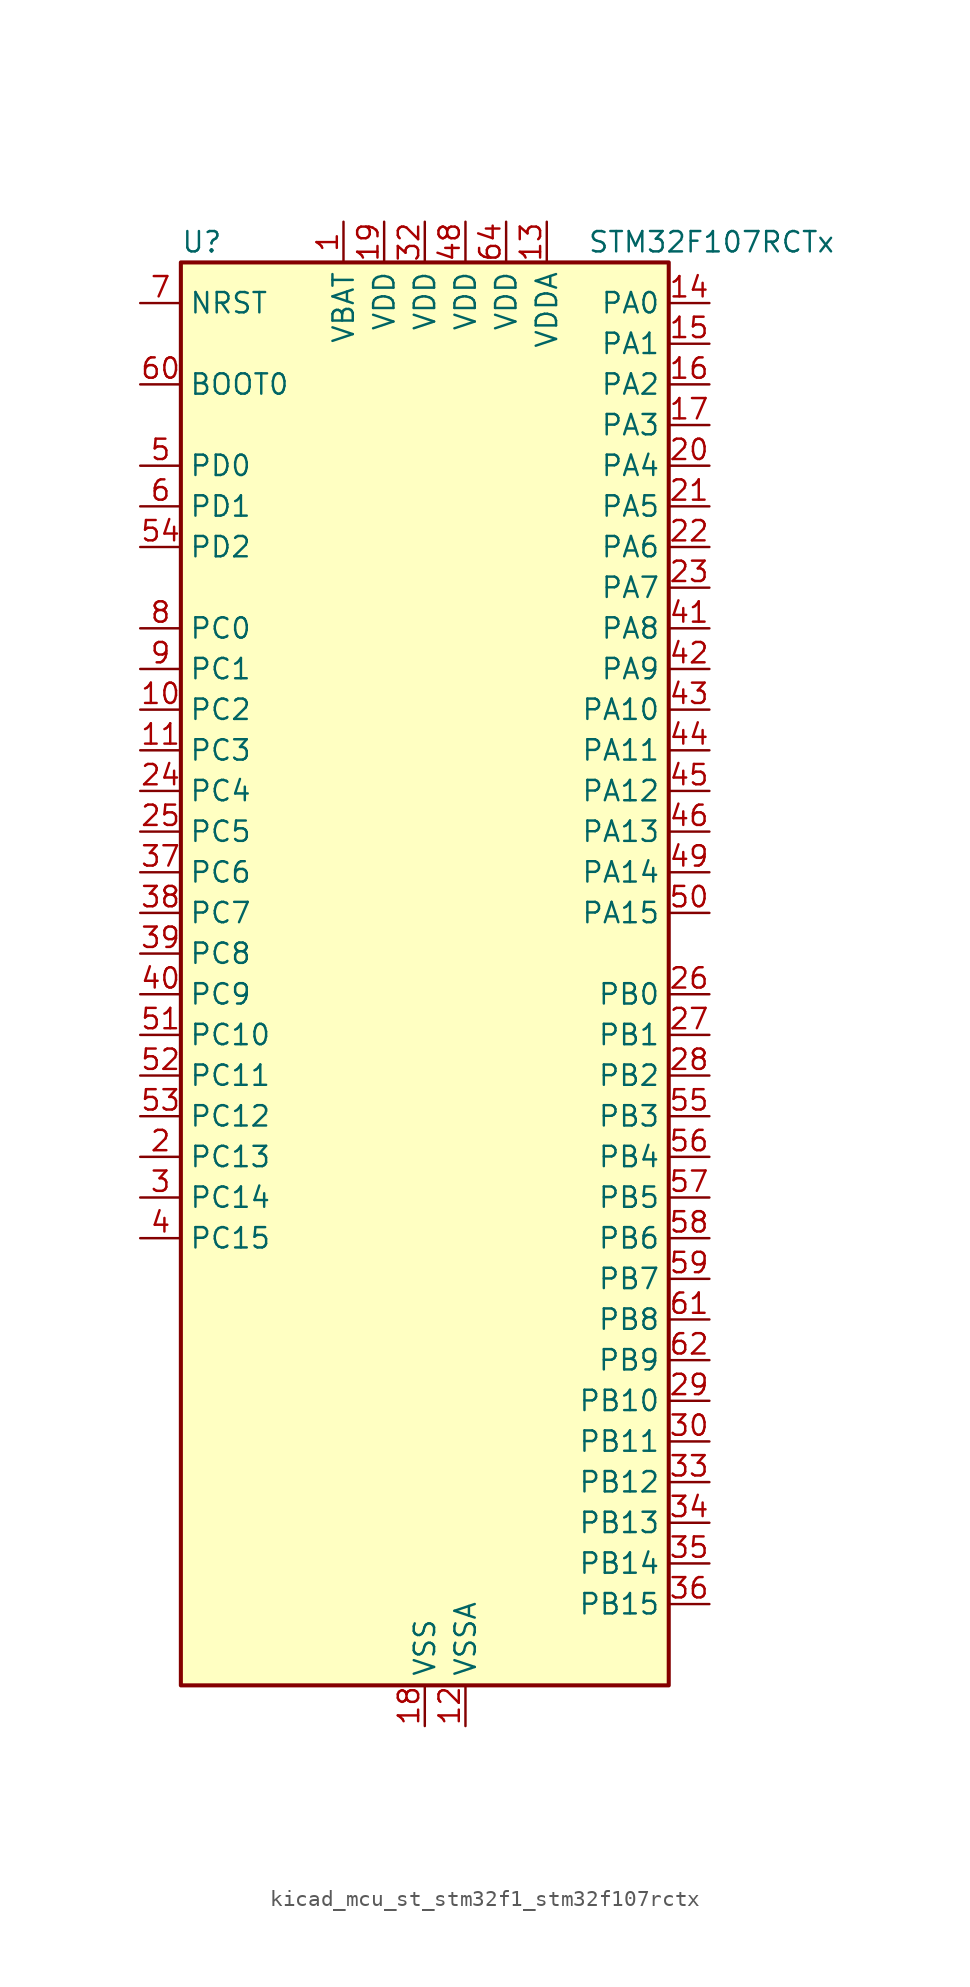
<source format=kicad_sym>
(kicad_symbol_lib
  (version 20220914)
  (generator kicad_symbol_editor)
  (symbol "kicad_mcu_st_stm32f1_stm32f107rctx"
    (property "Reference" "U"
      (at -15.24 46.99 0)
      (effects (font (size 1.27 1.27)) (justify left)))
    (property "Value" "STM32F107RCTx"
      (at 10.16 46.99 0)
      (effects (font (size 1.27 1.27)) (justify left)))
    (property "ki_locked" ""
      (at 0 0 0)
      (effects (font (size 1.27 1.27))))
    (symbol "kicad_mcu_st_stm32f1_stm32f107rctx_0_1"
      (rectangle (start -15.24 -43.18) (end 15.24 45.72) (stroke (width 0.254) (type default)) (fill (type background))))
    (symbol "kicad_mcu_st_stm32f1_stm32f107rctx_1_1"
      (pin power_in line (at -5.08 48.26 270) (length 2.54) (name "VBAT" (effects (font (size 1.27 1.27)))) (number "1" (effects (font (size 1.27 1.27)))))
      (pin bidirectional line (at -17.78 17.78 0) (length 2.54) (name "PC2" (effects (font (size 1.27 1.27)))) (number "10" (effects (font (size 1.27 1.27)))) (alternate "ADC1_IN12" bidirectional line) (alternate "ADC2_IN12" bidirectional line) (alternate "ETH_TXD2" bidirectional line))
      (pin bidirectional line (at -17.78 15.24 0) (length 2.54) (name "PC3" (effects (font (size 1.27 1.27)))) (number "11" (effects (font (size 1.27 1.27)))) (alternate "ADC1_IN13" bidirectional line) (alternate "ADC2_IN13" bidirectional line) (alternate "ETH_TX_CLK" bidirectional line))
      (pin power_in line (at 2.54 -45.72 90) (length 2.54) (name "VSSA" (effects (font (size 1.27 1.27)))) (number "12" (effects (font (size 1.27 1.27)))))
      (pin power_in line (at 7.62 48.26 270) (length 2.54) (name "VDDA" (effects (font (size 1.27 1.27)))) (number "13" (effects (font (size 1.27 1.27)))))
      (pin bidirectional line (at 17.78 43.18 180) (length 2.54) (name "PA0" (effects (font (size 1.27 1.27)))) (number "14" (effects (font (size 1.27 1.27)))) (alternate "ADC1_IN0" bidirectional line) (alternate "ADC2_IN0" bidirectional line) (alternate "ETH_CRS" bidirectional line) (alternate "SYS_WKUP" bidirectional line) (alternate "TIM2_CH1" bidirectional line) (alternate "TIM2_ETR" bidirectional line) (alternate "TIM5_CH1" bidirectional line) (alternate "USART2_CTS" bidirectional line))
      (pin bidirectional line (at 17.78 40.64 180) (length 2.54) (name "PA1" (effects (font (size 1.27 1.27)))) (number "15" (effects (font (size 1.27 1.27)))) (alternate "ADC1_IN1" bidirectional line) (alternate "ADC2_IN1" bidirectional line) (alternate "ETH_REF_CLK" bidirectional line) (alternate "ETH_RX_CLK" bidirectional line) (alternate "TIM2_CH2" bidirectional line) (alternate "TIM5_CH2" bidirectional line) (alternate "USART2_RTS" bidirectional line))
      (pin bidirectional line (at 17.78 38.1 180) (length 2.54) (name "PA2" (effects (font (size 1.27 1.27)))) (number "16" (effects (font (size 1.27 1.27)))) (alternate "ADC1_IN2" bidirectional line) (alternate "ADC2_IN2" bidirectional line) (alternate "ETH_MDIO" bidirectional line) (alternate "TIM2_CH3" bidirectional line) (alternate "TIM5_CH3" bidirectional line) (alternate "USART2_TX" bidirectional line))
      (pin bidirectional line (at 17.78 35.56 180) (length 2.54) (name "PA3" (effects (font (size 1.27 1.27)))) (number "17" (effects (font (size 1.27 1.27)))) (alternate "ADC1_IN3" bidirectional line) (alternate "ADC2_IN3" bidirectional line) (alternate "ETH_COL" bidirectional line) (alternate "TIM2_CH4" bidirectional line) (alternate "TIM5_CH4" bidirectional line) (alternate "USART2_RX" bidirectional line))
      (pin power_in line (at 0 -45.72 90) (length 2.54) (name "VSS" (effects (font (size 1.27 1.27)))) (number "18" (effects (font (size 1.27 1.27)))))
      (pin power_in line (at -2.54 48.26 270) (length 2.54) (name "VDD" (effects (font (size 1.27 1.27)))) (number "19" (effects (font (size 1.27 1.27)))))
      (pin bidirectional line (at -17.78 -10.16 0) (length 2.54) (name "PC13" (effects (font (size 1.27 1.27)))) (number "2" (effects (font (size 1.27 1.27)))) (alternate "RTC_OUT" bidirectional line) (alternate "RTC_TAMPER" bidirectional line))
      (pin bidirectional line (at 17.78 33.02 180) (length 2.54) (name "PA4" (effects (font (size 1.27 1.27)))) (number "20" (effects (font (size 1.27 1.27)))) (alternate "ADC1_IN4" bidirectional line) (alternate "ADC2_IN4" bidirectional line) (alternate "DAC_OUT1" bidirectional line) (alternate "I2S3_WS" bidirectional line) (alternate "SPI1_NSS" bidirectional line) (alternate "SPI3_NSS" bidirectional line) (alternate "USART2_CK" bidirectional line))
      (pin bidirectional line (at 17.78 30.48 180) (length 2.54) (name "PA5" (effects (font (size 1.27 1.27)))) (number "21" (effects (font (size 1.27 1.27)))) (alternate "ADC1_IN5" bidirectional line) (alternate "ADC2_IN5" bidirectional line) (alternate "DAC_OUT2" bidirectional line) (alternate "SPI1_SCK" bidirectional line))
      (pin bidirectional line (at 17.78 27.94 180) (length 2.54) (name "PA6" (effects (font (size 1.27 1.27)))) (number "22" (effects (font (size 1.27 1.27)))) (alternate "ADC1_IN6" bidirectional line) (alternate "ADC2_IN6" bidirectional line) (alternate "SPI1_MISO" bidirectional line) (alternate "TIM1_BKIN" bidirectional line) (alternate "TIM3_CH1" bidirectional line))
      (pin bidirectional line (at 17.78 25.4 180) (length 2.54) (name "PA7" (effects (font (size 1.27 1.27)))) (number "23" (effects (font (size 1.27 1.27)))) (alternate "ADC1_IN7" bidirectional line) (alternate "ADC2_IN7" bidirectional line) (alternate "ETH_CRS_DV" bidirectional line) (alternate "ETH_RX_DV" bidirectional line) (alternate "SPI1_MOSI" bidirectional line) (alternate "TIM1_CH1N" bidirectional line) (alternate "TIM3_CH2" bidirectional line))
      (pin bidirectional line (at -17.78 12.7 0) (length 2.54) (name "PC4" (effects (font (size 1.27 1.27)))) (number "24" (effects (font (size 1.27 1.27)))) (alternate "ADC1_IN14" bidirectional line) (alternate "ADC2_IN14" bidirectional line) (alternate "ETH_RXD0" bidirectional line))
      (pin bidirectional line (at -17.78 10.16 0) (length 2.54) (name "PC5" (effects (font (size 1.27 1.27)))) (number "25" (effects (font (size 1.27 1.27)))) (alternate "ADC1_IN15" bidirectional line) (alternate "ADC2_IN15" bidirectional line) (alternate "ETH_RXD1" bidirectional line))
      (pin bidirectional line (at 17.78 0 180) (length 2.54) (name "PB0" (effects (font (size 1.27 1.27)))) (number "26" (effects (font (size 1.27 1.27)))) (alternate "ADC1_IN8" bidirectional line) (alternate "ADC2_IN8" bidirectional line) (alternate "ETH_RXD2" bidirectional line) (alternate "TIM1_CH2N" bidirectional line) (alternate "TIM3_CH3" bidirectional line))
      (pin bidirectional line (at 17.78 -2.54 180) (length 2.54) (name "PB1" (effects (font (size 1.27 1.27)))) (number "27" (effects (font (size 1.27 1.27)))) (alternate "ADC1_IN9" bidirectional line) (alternate "ADC2_IN9" bidirectional line) (alternate "ETH_RXD3" bidirectional line) (alternate "TIM1_CH3N" bidirectional line) (alternate "TIM3_CH4" bidirectional line))
      (pin bidirectional line (at 17.78 -5.08 180) (length 2.54) (name "PB2" (effects (font (size 1.27 1.27)))) (number "28" (effects (font (size 1.27 1.27)))))
      (pin bidirectional line (at 17.78 -25.4 180) (length 2.54) (name "PB10" (effects (font (size 1.27 1.27)))) (number "29" (effects (font (size 1.27 1.27)))) (alternate "ETH_RX_ER" bidirectional line) (alternate "TIM2_CH3" bidirectional line) (alternate "USART3_TX" bidirectional line))
      (pin bidirectional line (at -17.78 -12.7 0) (length 2.54) (name "PC14" (effects (font (size 1.27 1.27)))) (number "3" (effects (font (size 1.27 1.27)))) (alternate "RCC_OSC32_IN" bidirectional line))
      (pin bidirectional line (at 17.78 -27.94 180) (length 2.54) (name "PB11" (effects (font (size 1.27 1.27)))) (number "30" (effects (font (size 1.27 1.27)))) (alternate "ADC1_EXTI11" bidirectional line) (alternate "ADC2_EXTI11" bidirectional line) (alternate "ETH_TX_EN" bidirectional line) (alternate "TIM2_CH4" bidirectional line) (alternate "USART3_RX" bidirectional line))
      (pin passive line (at 0 -45.72 90) (length 2.54) hide (name "VSS" (effects (font (size 1.27 1.27)))) (number "31" (effects (font (size 1.27 1.27)))))
      (pin power_in line (at 0 48.26 270) (length 2.54) (name "VDD" (effects (font (size 1.27 1.27)))) (number "32" (effects (font (size 1.27 1.27)))))
      (pin bidirectional line (at 17.78 -30.48 180) (length 2.54) (name "PB12" (effects (font (size 1.27 1.27)))) (number "33" (effects (font (size 1.27 1.27)))) (alternate "CAN2_RX" bidirectional line) (alternate "ETH_TXD0" bidirectional line) (alternate "I2S2_WS" bidirectional line) (alternate "SPI2_NSS" bidirectional line) (alternate "TIM1_BKIN" bidirectional line) (alternate "USART3_CK" bidirectional line))
      (pin bidirectional line (at 17.78 -33.02 180) (length 2.54) (name "PB13" (effects (font (size 1.27 1.27)))) (number "34" (effects (font (size 1.27 1.27)))) (alternate "CAN2_TX" bidirectional line) (alternate "ETH_TXD1" bidirectional line) (alternate "I2S2_CK" bidirectional line) (alternate "SPI2_SCK" bidirectional line) (alternate "TIM1_CH1N" bidirectional line) (alternate "USART3_CTS" bidirectional line))
      (pin bidirectional line (at 17.78 -35.56 180) (length 2.54) (name "PB14" (effects (font (size 1.27 1.27)))) (number "35" (effects (font (size 1.27 1.27)))) (alternate "SPI2_MISO" bidirectional line) (alternate "TIM1_CH2N" bidirectional line) (alternate "USART3_RTS" bidirectional line))
      (pin bidirectional line (at 17.78 -38.1 180) (length 2.54) (name "PB15" (effects (font (size 1.27 1.27)))) (number "36" (effects (font (size 1.27 1.27)))) (alternate "ADC1_EXTI15" bidirectional line) (alternate "ADC2_EXTI15" bidirectional line) (alternate "I2S2_SD" bidirectional line) (alternate "SPI2_MOSI" bidirectional line) (alternate "TIM1_CH3N" bidirectional line))
      (pin bidirectional line (at -17.78 7.62 0) (length 2.54) (name "PC6" (effects (font (size 1.27 1.27)))) (number "37" (effects (font (size 1.27 1.27)))) (alternate "I2S2_MCK" bidirectional line) (alternate "TIM3_CH1" bidirectional line))
      (pin bidirectional line (at -17.78 5.08 0) (length 2.54) (name "PC7" (effects (font (size 1.27 1.27)))) (number "38" (effects (font (size 1.27 1.27)))) (alternate "I2S3_MCK" bidirectional line) (alternate "TIM3_CH2" bidirectional line))
      (pin bidirectional line (at -17.78 2.54 0) (length 2.54) (name "PC8" (effects (font (size 1.27 1.27)))) (number "39" (effects (font (size 1.27 1.27)))) (alternate "TIM3_CH3" bidirectional line))
      (pin bidirectional line (at -17.78 -15.24 0) (length 2.54) (name "PC15" (effects (font (size 1.27 1.27)))) (number "4" (effects (font (size 1.27 1.27)))) (alternate "ADC1_EXTI15" bidirectional line) (alternate "ADC2_EXTI15" bidirectional line) (alternate "RCC_OSC32_OUT" bidirectional line))
      (pin bidirectional line (at -17.78 0 0) (length 2.54) (name "PC9" (effects (font (size 1.27 1.27)))) (number "40" (effects (font (size 1.27 1.27)))) (alternate "DAC_EXTI9" bidirectional line) (alternate "TIM3_CH4" bidirectional line))
      (pin bidirectional line (at 17.78 22.86 180) (length 2.54) (name "PA8" (effects (font (size 1.27 1.27)))) (number "41" (effects (font (size 1.27 1.27)))) (alternate "RCC_MCO" bidirectional line) (alternate "TIM1_CH1" bidirectional line) (alternate "USART1_CK" bidirectional line) (alternate "USB_OTG_FS_SOF" bidirectional line))
      (pin bidirectional line (at 17.78 20.32 180) (length 2.54) (name "PA9" (effects (font (size 1.27 1.27)))) (number "42" (effects (font (size 1.27 1.27)))) (alternate "DAC_EXTI9" bidirectional line) (alternate "TIM1_CH2" bidirectional line) (alternate "USART1_TX" bidirectional line) (alternate "USB_OTG_FS_VBUS" bidirectional line))
      (pin bidirectional line (at 17.78 17.78 180) (length 2.54) (name "PA10" (effects (font (size 1.27 1.27)))) (number "43" (effects (font (size 1.27 1.27)))) (alternate "TIM1_CH3" bidirectional line) (alternate "USART1_RX" bidirectional line) (alternate "USB_OTG_FS_ID" bidirectional line))
      (pin bidirectional line (at 17.78 15.24 180) (length 2.54) (name "PA11" (effects (font (size 1.27 1.27)))) (number "44" (effects (font (size 1.27 1.27)))) (alternate "ADC1_EXTI11" bidirectional line) (alternate "ADC2_EXTI11" bidirectional line) (alternate "CAN1_RX" bidirectional line) (alternate "TIM1_CH4" bidirectional line) (alternate "USART1_CTS" bidirectional line) (alternate "USB_OTG_FS_DM" bidirectional line))
      (pin bidirectional line (at 17.78 12.7 180) (length 2.54) (name "PA12" (effects (font (size 1.27 1.27)))) (number "45" (effects (font (size 1.27 1.27)))) (alternate "CAN1_TX" bidirectional line) (alternate "TIM1_ETR" bidirectional line) (alternate "USART1_RTS" bidirectional line) (alternate "USB_OTG_FS_DP" bidirectional line))
      (pin bidirectional line (at 17.78 10.16 180) (length 2.54) (name "PA13" (effects (font (size 1.27 1.27)))) (number "46" (effects (font (size 1.27 1.27)))) (alternate "SYS_JTMS-SWDIO" bidirectional line))
      (pin passive line (at 0 -45.72 90) (length 2.54) hide (name "VSS" (effects (font (size 1.27 1.27)))) (number "47" (effects (font (size 1.27 1.27)))))
      (pin power_in line (at 2.54 48.26 270) (length 2.54) (name "VDD" (effects (font (size 1.27 1.27)))) (number "48" (effects (font (size 1.27 1.27)))))
      (pin bidirectional line (at 17.78 7.62 180) (length 2.54) (name "PA14" (effects (font (size 1.27 1.27)))) (number "49" (effects (font (size 1.27 1.27)))) (alternate "SYS_JTCK-SWCLK" bidirectional line))
      (pin bidirectional line (at -17.78 33.02 0) (length 2.54) (name "PD0" (effects (font (size 1.27 1.27)))) (number "5" (effects (font (size 1.27 1.27)))) (alternate "RCC_OSC_IN" bidirectional line))
      (pin bidirectional line (at 17.78 5.08 180) (length 2.54) (name "PA15" (effects (font (size 1.27 1.27)))) (number "50" (effects (font (size 1.27 1.27)))) (alternate "ADC1_EXTI15" bidirectional line) (alternate "ADC2_EXTI15" bidirectional line) (alternate "I2S3_WS" bidirectional line) (alternate "SPI1_NSS" bidirectional line) (alternate "SPI3_NSS" bidirectional line) (alternate "SYS_JTDI" bidirectional line) (alternate "TIM2_CH1" bidirectional line) (alternate "TIM2_ETR" bidirectional line))
      (pin bidirectional line (at -17.78 -2.54 0) (length 2.54) (name "PC10" (effects (font (size 1.27 1.27)))) (number "51" (effects (font (size 1.27 1.27)))) (alternate "I2S3_CK" bidirectional line) (alternate "SPI3_SCK" bidirectional line) (alternate "UART4_TX" bidirectional line) (alternate "USART3_TX" bidirectional line))
      (pin bidirectional line (at -17.78 -5.08 0) (length 2.54) (name "PC11" (effects (font (size 1.27 1.27)))) (number "52" (effects (font (size 1.27 1.27)))) (alternate "ADC1_EXTI11" bidirectional line) (alternate "ADC2_EXTI11" bidirectional line) (alternate "SPI3_MISO" bidirectional line) (alternate "UART4_RX" bidirectional line) (alternate "USART3_RX" bidirectional line))
      (pin bidirectional line (at -17.78 -7.62 0) (length 2.54) (name "PC12" (effects (font (size 1.27 1.27)))) (number "53" (effects (font (size 1.27 1.27)))) (alternate "I2S3_SD" bidirectional line) (alternate "SPI3_MOSI" bidirectional line) (alternate "UART5_TX" bidirectional line) (alternate "USART3_CK" bidirectional line))
      (pin bidirectional line (at -17.78 27.94 0) (length 2.54) (name "PD2" (effects (font (size 1.27 1.27)))) (number "54" (effects (font (size 1.27 1.27)))) (alternate "TIM3_ETR" bidirectional line) (alternate "UART5_RX" bidirectional line))
      (pin bidirectional line (at 17.78 -7.62 180) (length 2.54) (name "PB3" (effects (font (size 1.27 1.27)))) (number "55" (effects (font (size 1.27 1.27)))) (alternate "I2S3_CK" bidirectional line) (alternate "SPI1_SCK" bidirectional line) (alternate "SPI3_SCK" bidirectional line) (alternate "SYS_JTDO" bidirectional line) (alternate "SYS_TRACESWO" bidirectional line) (alternate "TIM2_CH2" bidirectional line))
      (pin bidirectional line (at 17.78 -10.16 180) (length 2.54) (name "PB4" (effects (font (size 1.27 1.27)))) (number "56" (effects (font (size 1.27 1.27)))) (alternate "SPI1_MISO" bidirectional line) (alternate "SPI3_MISO" bidirectional line) (alternate "SYS_NJTRST" bidirectional line) (alternate "TIM3_CH1" bidirectional line))
      (pin bidirectional line (at 17.78 -12.7 180) (length 2.54) (name "PB5" (effects (font (size 1.27 1.27)))) (number "57" (effects (font (size 1.27 1.27)))) (alternate "CAN2_RX" bidirectional line) (alternate "ETH_PPS_OUT" bidirectional line) (alternate "I2C1_SMBA" bidirectional line) (alternate "I2S3_SD" bidirectional line) (alternate "SPI1_MOSI" bidirectional line) (alternate "SPI3_MOSI" bidirectional line) (alternate "TIM3_CH2" bidirectional line))
      (pin bidirectional line (at 17.78 -15.24 180) (length 2.54) (name "PB6" (effects (font (size 1.27 1.27)))) (number "58" (effects (font (size 1.27 1.27)))) (alternate "CAN2_TX" bidirectional line) (alternate "I2C1_SCL" bidirectional line) (alternate "TIM4_CH1" bidirectional line) (alternate "USART1_TX" bidirectional line))
      (pin bidirectional line (at 17.78 -17.78 180) (length 2.54) (name "PB7" (effects (font (size 1.27 1.27)))) (number "59" (effects (font (size 1.27 1.27)))) (alternate "I2C1_SDA" bidirectional line) (alternate "TIM4_CH2" bidirectional line) (alternate "USART1_RX" bidirectional line))
      (pin bidirectional line (at -17.78 30.48 0) (length 2.54) (name "PD1" (effects (font (size 1.27 1.27)))) (number "6" (effects (font (size 1.27 1.27)))) (alternate "RCC_OSC_OUT" bidirectional line))
      (pin input line (at -17.78 38.1 0) (length 2.54) (name "BOOT0" (effects (font (size 1.27 1.27)))) (number "60" (effects (font (size 1.27 1.27)))))
      (pin bidirectional line (at 17.78 -20.32 180) (length 2.54) (name "PB8" (effects (font (size 1.27 1.27)))) (number "61" (effects (font (size 1.27 1.27)))) (alternate "CAN1_RX" bidirectional line) (alternate "ETH_TXD3" bidirectional line) (alternate "I2C1_SCL" bidirectional line) (alternate "TIM4_CH3" bidirectional line))
      (pin bidirectional line (at 17.78 -22.86 180) (length 2.54) (name "PB9" (effects (font (size 1.27 1.27)))) (number "62" (effects (font (size 1.27 1.27)))) (alternate "CAN1_TX" bidirectional line) (alternate "DAC_EXTI9" bidirectional line) (alternate "I2C1_SDA" bidirectional line) (alternate "TIM4_CH4" bidirectional line))
      (pin passive line (at 0 -45.72 90) (length 2.54) hide (name "VSS" (effects (font (size 1.27 1.27)))) (number "63" (effects (font (size 1.27 1.27)))))
      (pin power_in line (at 5.08 48.26 270) (length 2.54) (name "VDD" (effects (font (size 1.27 1.27)))) (number "64" (effects (font (size 1.27 1.27)))))
      (pin input line (at -17.78 43.18 0) (length 2.54) (name "NRST" (effects (font (size 1.27 1.27)))) (number "7" (effects (font (size 1.27 1.27)))))
      (pin bidirectional line (at -17.78 22.86 0) (length 2.54) (name "PC0" (effects (font (size 1.27 1.27)))) (number "8" (effects (font (size 1.27 1.27)))) (alternate "ADC1_IN10" bidirectional line) (alternate "ADC2_IN10" bidirectional line))
      (pin bidirectional line (at -17.78 20.32 0) (length 2.54) (name "PC1" (effects (font (size 1.27 1.27)))) (number "9" (effects (font (size 1.27 1.27)))) (alternate "ADC1_IN11" bidirectional line) (alternate "ADC2_IN11" bidirectional line) (alternate "ETH_MDC" bidirectional line)))))
</source>
